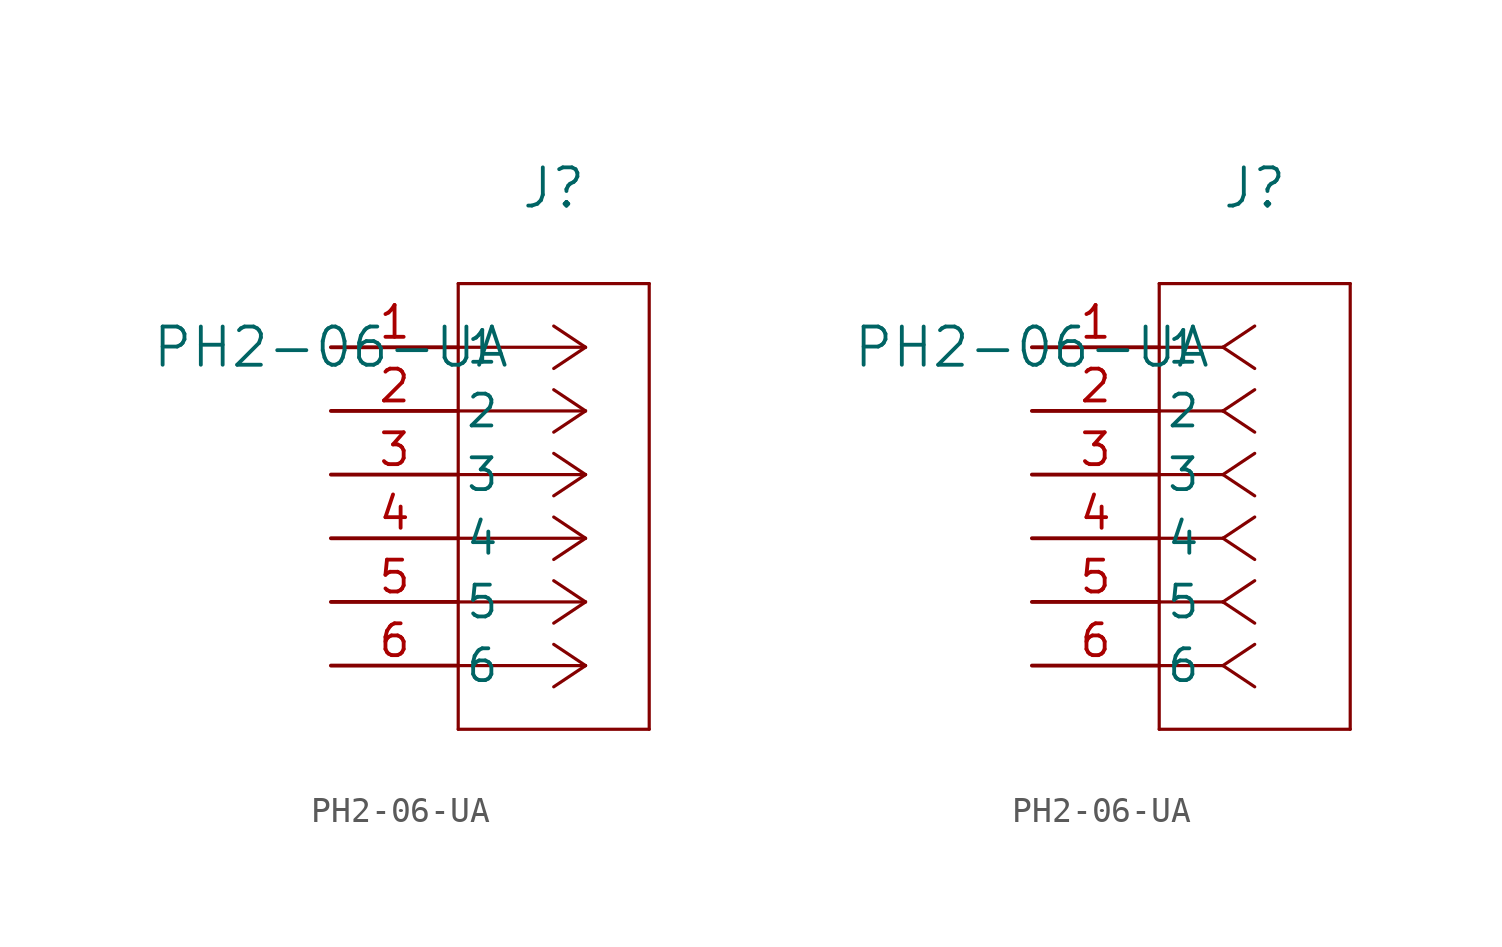
<source format=kicad_sym>
(kicad_symbol_lib
  (version 20211014)
  (generator kicad_symbol_editor)
  (symbol "PH2-06-UA"
    (pin_names
      (offset 0.254))
    (property "Reference" "J"
      (at 8.89 6.35 0)
      (effects (font (size 1.524 1.524))))
    (property "Value" "PH2-06-UA"
      (at 0 0 0)
      (effects (font (size 1.524 1.524))))
    (symbol "PH2-06-UA_1_1"
      (polyline (pts (xy 10.16 0) (xy 5.08 0)) (stroke (width 0.127) (type default) (color 0 0 0 0)) (fill (type none)))
      (polyline (pts (xy 10.16 -2.54) (xy 5.08 -2.54)) (stroke (width 0.127) (type default) (color 0 0 0 0)) (fill (type none)))
      (polyline (pts (xy 10.16 -5.08) (xy 5.08 -5.08)) (stroke (width 0.127) (type default) (color 0 0 0 0)) (fill (type none)))
      (polyline (pts (xy 10.16 -7.62) (xy 5.08 -7.62)) (stroke (width 0.127) (type default) (color 0 0 0 0)) (fill (type none)))
      (polyline (pts (xy 10.16 -10.16) (xy 5.08 -10.16)) (stroke (width 0.127) (type default) (color 0 0 0 0)) (fill (type none)))
      (polyline (pts (xy 10.16 -12.7) (xy 5.08 -12.7)) (stroke (width 0.127) (type default) (color 0 0 0 0)) (fill (type none)))
      (polyline (pts (xy 10.16 0) (xy 8.89 0.847)) (stroke (width 0.127) (type default) (color 0 0 0 0)) (fill (type none)))
      (polyline (pts (xy 10.16 -2.54) (xy 8.89 -1.693)) (stroke (width 0.127) (type default) (color 0 0 0 0)) (fill (type none)))
      (polyline (pts (xy 10.16 -5.08) (xy 8.89 -4.233)) (stroke (width 0.127) (type default) (color 0 0 0 0)) (fill (type none)))
      (polyline (pts (xy 10.16 -7.62) (xy 8.89 -6.773)) (stroke (width 0.127) (type default) (color 0 0 0 0)) (fill (type none)))
      (polyline (pts (xy 10.16 -10.16) (xy 8.89 -9.313)) (stroke (width 0.127) (type default) (color 0 0 0 0)) (fill (type none)))
      (polyline (pts (xy 10.16 -12.7) (xy 8.89 -11.853)) (stroke (width 0.127) (type default) (color 0 0 0 0)) (fill (type none)))
      (polyline (pts (xy 10.16 0) (xy 8.89 -0.847)) (stroke (width 0.127) (type default) (color 0 0 0 0)) (fill (type none)))
      (polyline (pts (xy 10.16 -2.54) (xy 8.89 -3.387)) (stroke (width 0.127) (type default) (color 0 0 0 0)) (fill (type none)))
      (polyline (pts (xy 10.16 -5.08) (xy 8.89 -5.927)) (stroke (width 0.127) (type default) (color 0 0 0 0)) (fill (type none)))
      (polyline (pts (xy 10.16 -7.62) (xy 8.89 -8.467)) (stroke (width 0.127) (type default) (color 0 0 0 0)) (fill (type none)))
      (polyline (pts (xy 10.16 -10.16) (xy 8.89 -11.007)) (stroke (width 0.127) (type default) (color 0 0 0 0)) (fill (type none)))
      (polyline (pts (xy 10.16 -12.7) (xy 8.89 -13.547)) (stroke (width 0.127) (type default) (color 0 0 0 0)) (fill (type none)))
      (polyline (pts (xy 5.08 2.54) (xy 5.08 -15.24)) (stroke (width 0.127) (type default) (color 0 0 0 0)) (fill (type none)))
      (polyline (pts (xy 5.08 -15.24) (xy 12.7 -15.24)) (stroke (width 0.127) (type default) (color 0 0 0 0)) (fill (type none)))
      (polyline (pts (xy 12.7 -15.24) (xy 12.7 2.54)) (stroke (width 0.127) (type default) (color 0 0 0 0)) (fill (type none)))
      (polyline (pts (xy 12.7 2.54) (xy 5.08 2.54)) (stroke (width 0.127) (type default) (color 0 0 0 0)) (fill (type none)))
      (pin unspecified line (at 0 0 0) (length 5.08) (name "1" (effects (font (size 1.27 1.27)))) (number "1" (effects (font (size 1.27 1.27)))))
      (pin unspecified line (at 0 -2.54 0) (length 5.08) (name "2" (effects (font (size 1.27 1.27)))) (number "2" (effects (font (size 1.27 1.27)))))
      (pin unspecified line (at 0 -5.08 0) (length 5.08) (name "3" (effects (font (size 1.27 1.27)))) (number "3" (effects (font (size 1.27 1.27)))))
      (pin unspecified line (at 0 -7.62 0) (length 5.08) (name "4" (effects (font (size 1.27 1.27)))) (number "4" (effects (font (size 1.27 1.27)))))
      (pin unspecified line (at 0 -10.16 0) (length 5.08) (name "5" (effects (font (size 1.27 1.27)))) (number "5" (effects (font (size 1.27 1.27)))))
      (pin unspecified line (at 0 -12.7 0) (length 5.08) (name "6" (effects (font (size 1.27 1.27)))) (number "6" (effects (font (size 1.27 1.27))))))
    (symbol "PH2-06-UA_1_2"
      (polyline (pts (xy 7.62 0) (xy 5.08 0)) (stroke (width 0.127) (type default) (color 0 0 0 0)) (fill (type none)))
      (polyline (pts (xy 7.62 -2.54) (xy 5.08 -2.54)) (stroke (width 0.127) (type default) (color 0 0 0 0)) (fill (type none)))
      (polyline (pts (xy 7.62 -5.08) (xy 5.08 -5.08)) (stroke (width 0.127) (type default) (color 0 0 0 0)) (fill (type none)))
      (polyline (pts (xy 7.62 -7.62) (xy 5.08 -7.62)) (stroke (width 0.127) (type default) (color 0 0 0 0)) (fill (type none)))
      (polyline (pts (xy 7.62 -10.16) (xy 5.08 -10.16)) (stroke (width 0.127) (type default) (color 0 0 0 0)) (fill (type none)))
      (polyline (pts (xy 7.62 -12.7) (xy 5.08 -12.7)) (stroke (width 0.127) (type default) (color 0 0 0 0)) (fill (type none)))
      (polyline (pts (xy 7.62 0) (xy 8.89 0.847)) (stroke (width 0.127) (type default) (color 0 0 0 0)) (fill (type none)))
      (polyline (pts (xy 7.62 -2.54) (xy 8.89 -1.693)) (stroke (width 0.127) (type default) (color 0 0 0 0)) (fill (type none)))
      (polyline (pts (xy 7.62 -5.08) (xy 8.89 -4.233)) (stroke (width 0.127) (type default) (color 0 0 0 0)) (fill (type none)))
      (polyline (pts (xy 7.62 -7.62) (xy 8.89 -6.773)) (stroke (width 0.127) (type default) (color 0 0 0 0)) (fill (type none)))
      (polyline (pts (xy 7.62 -10.16) (xy 8.89 -9.313)) (stroke (width 0.127) (type default) (color 0 0 0 0)) (fill (type none)))
      (polyline (pts (xy 7.62 -12.7) (xy 8.89 -11.853)) (stroke (width 0.127) (type default) (color 0 0 0 0)) (fill (type none)))
      (polyline (pts (xy 7.62 0) (xy 8.89 -0.847)) (stroke (width 0.127) (type default) (color 0 0 0 0)) (fill (type none)))
      (polyline (pts (xy 7.62 -2.54) (xy 8.89 -3.387)) (stroke (width 0.127) (type default) (color 0 0 0 0)) (fill (type none)))
      (polyline (pts (xy 7.62 -5.08) (xy 8.89 -5.927)) (stroke (width 0.127) (type default) (color 0 0 0 0)) (fill (type none)))
      (polyline (pts (xy 7.62 -7.62) (xy 8.89 -8.467)) (stroke (width 0.127) (type default) (color 0 0 0 0)) (fill (type none)))
      (polyline (pts (xy 7.62 -10.16) (xy 8.89 -11.007)) (stroke (width 0.127) (type default) (color 0 0 0 0)) (fill (type none)))
      (polyline (pts (xy 7.62 -12.7) (xy 8.89 -13.547)) (stroke (width 0.127) (type default) (color 0 0 0 0)) (fill (type none)))
      (polyline (pts (xy 5.08 2.54) (xy 5.08 -15.24)) (stroke (width 0.127) (type default) (color 0 0 0 0)) (fill (type none)))
      (polyline (pts (xy 5.08 -15.24) (xy 12.7 -15.24)) (stroke (width 0.127) (type default) (color 0 0 0 0)) (fill (type none)))
      (polyline (pts (xy 12.7 -15.24) (xy 12.7 2.54)) (stroke (width 0.127) (type default) (color 0 0 0 0)) (fill (type none)))
      (polyline (pts (xy 12.7 2.54) (xy 5.08 2.54)) (stroke (width 0.127) (type default) (color 0 0 0 0)) (fill (type none)))
      (pin unspecified line (at 0 0 0) (length 5.08) (name "1" (effects (font (size 1.27 1.27)))) (number "1" (effects (font (size 1.27 1.27)))))
      (pin unspecified line (at 0 -2.54 0) (length 5.08) (name "2" (effects (font (size 1.27 1.27)))) (number "2" (effects (font (size 1.27 1.27)))))
      (pin unspecified line (at 0 -5.08 0) (length 5.08) (name "3" (effects (font (size 1.27 1.27)))) (number "3" (effects (font (size 1.27 1.27)))))
      (pin unspecified line (at 0 -7.62 0) (length 5.08) (name "4" (effects (font (size 1.27 1.27)))) (number "4" (effects (font (size 1.27 1.27)))))
      (pin unspecified line (at 0 -10.16 0) (length 5.08) (name "5" (effects (font (size 1.27 1.27)))) (number "5" (effects (font (size 1.27 1.27)))))
      (pin unspecified line (at 0 -12.7 0) (length 5.08) (name "6" (effects (font (size 1.27 1.27)))) (number "6" (effects (font (size 1.27 1.27))))))))
</source>
